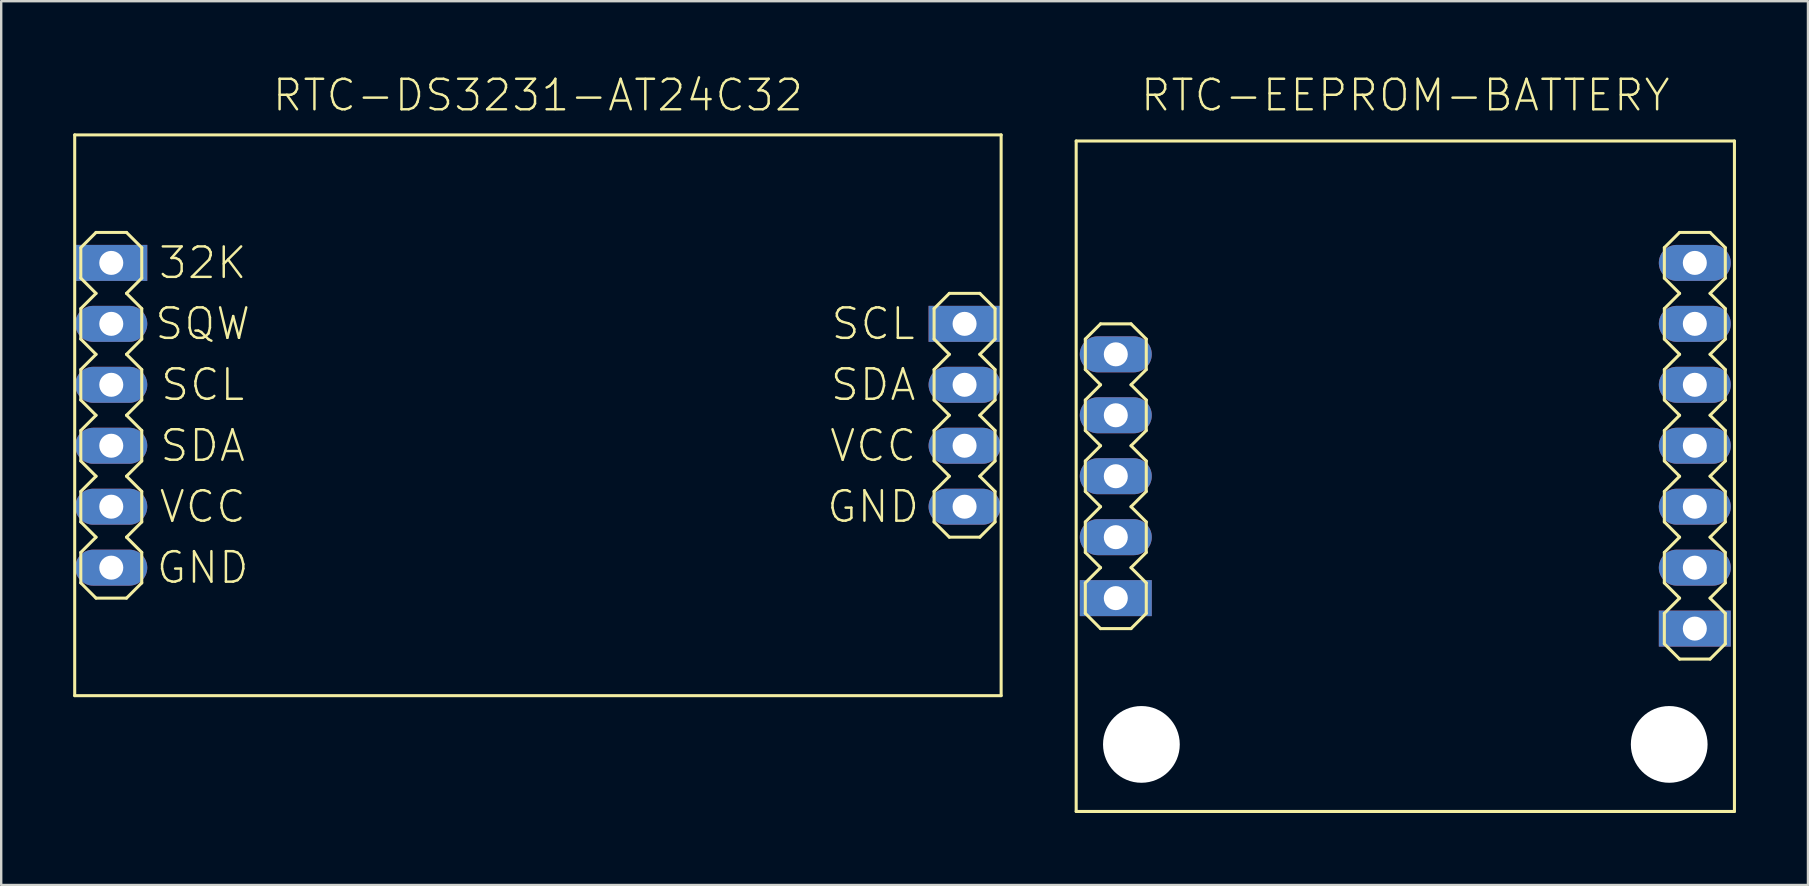
<source format=kicad_pcb>
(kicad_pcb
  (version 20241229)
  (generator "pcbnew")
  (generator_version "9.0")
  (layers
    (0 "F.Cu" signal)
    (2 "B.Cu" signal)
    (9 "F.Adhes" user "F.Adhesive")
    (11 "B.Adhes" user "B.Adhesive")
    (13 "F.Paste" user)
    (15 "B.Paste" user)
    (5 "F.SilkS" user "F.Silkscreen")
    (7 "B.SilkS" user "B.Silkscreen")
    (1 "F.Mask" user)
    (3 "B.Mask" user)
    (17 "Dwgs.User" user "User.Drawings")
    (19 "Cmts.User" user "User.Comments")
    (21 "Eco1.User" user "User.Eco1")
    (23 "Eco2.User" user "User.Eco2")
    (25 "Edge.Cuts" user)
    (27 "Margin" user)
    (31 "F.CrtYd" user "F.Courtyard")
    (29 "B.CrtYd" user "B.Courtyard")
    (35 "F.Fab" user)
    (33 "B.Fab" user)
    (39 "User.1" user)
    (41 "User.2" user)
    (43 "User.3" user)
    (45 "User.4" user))
  (footprint "RTC-DS3231-AT24C32"
    (layer "F.Cu")
    (at 19.367 14.256)
    (property "Reference" "RTC-DS3231-AT24C32" (at 0 -13.335 0) (layer "F.SilkS") (effects (font (size 1.27 1.27) (thickness 0.102))))
    (attr exclude_from_pos_files exclude_from_bom)
    (fp_line (start -19.304 -11.684) (end -19.304 11.684) (stroke (width 0.127) (type solid)) (layer "F.SilkS"))
    (fp_line (start -19.304 -11.684) (end 19.304 -11.684) (stroke (width 0.127) (type solid)) (layer "F.SilkS"))
    (fp_line (start -19.05 -6.985) (end -18.415 -7.62) (stroke (width 0.127) (type solid)) (layer "F.SilkS"))
    (fp_line (start -19.05 -5.715) (end -19.05 -6.985) (stroke (width 0.127) (type solid)) (layer "F.SilkS"))
    (fp_line (start -19.05 -4.445) (end -18.415 -5.08) (stroke (width 0.127) (type solid)) (layer "F.SilkS"))
    (fp_line (start -19.05 -3.175) (end -19.05 -4.445) (stroke (width 0.127) (type solid)) (layer "F.SilkS"))
    (fp_line (start -19.05 -1.905) (end -18.415 -2.54) (stroke (width 0.127) (type solid)) (layer "F.SilkS"))
    (fp_line (start -19.05 -0.635) (end -19.05 -1.905) (stroke (width 0.127) (type solid)) (layer "F.SilkS"))
    (fp_line (start -19.05 0.635) (end -18.415 0) (stroke (width 0.127) (type solid)) (layer "F.SilkS"))
    (fp_line (start -19.05 1.905) (end -19.05 0.635) (stroke (width 0.127) (type solid)) (layer "F.SilkS"))
    (fp_line (start -19.05 3.175) (end -18.415 2.54) (stroke (width 0.127) (type solid)) (layer "F.SilkS"))
    (fp_line (start -19.05 4.445) (end -19.05 3.175) (stroke (width 0.127) (type solid)) (layer "F.SilkS"))
    (fp_line (start -19.05 5.715) (end -18.415 5.08) (stroke (width 0.127) (type solid)) (layer "F.SilkS"))
    (fp_line (start -19.05 6.985) (end -19.05 5.715) (stroke (width 0.127) (type solid)) (layer "F.SilkS"))
    (fp_line (start -18.415 -7.62) (end -17.145 -7.62) (stroke (width 0.127) (type solid)) (layer "F.SilkS"))
    (fp_line (start -18.415 -5.08) (end -19.05 -5.715) (stroke (width 0.127) (type solid)) (layer "F.SilkS"))
    (fp_line (start -18.415 -2.54) (end -19.05 -3.175) (stroke (width 0.127) (type solid)) (layer "F.SilkS"))
    (fp_line (start -18.415 0) (end -19.05 -0.635) (stroke (width 0.127) (type solid)) (layer "F.SilkS"))
    (fp_line (start -18.415 2.54) (end -19.05 1.905) (stroke (width 0.127) (type solid)) (layer "F.SilkS"))
    (fp_line (start -18.415 5.08) (end -19.05 4.445) (stroke (width 0.127) (type solid)) (layer "F.SilkS"))
    (fp_line (start -18.415 7.62) (end -19.05 6.985) (stroke (width 0.127) (type solid)) (layer "F.SilkS"))
    (fp_line (start -17.145 -7.62) (end -16.51 -6.985) (stroke (width 0.127) (type solid)) (layer "F.SilkS"))
    (fp_line (start -17.145 -5.08) (end -16.51 -4.445) (stroke (width 0.127) (type solid)) (layer "F.SilkS"))
    (fp_line (start -17.145 -2.54) (end -16.51 -1.905) (stroke (width 0.127) (type solid)) (layer "F.SilkS"))
    (fp_line (start -17.145 0) (end -16.51 0.635) (stroke (width 0.127) (type solid)) (layer "F.SilkS"))
    (fp_line (start -17.145 2.54) (end -16.51 3.175) (stroke (width 0.127) (type solid)) (layer "F.SilkS"))
    (fp_line (start -17.145 5.08) (end -16.51 5.715) (stroke (width 0.127) (type solid)) (layer "F.SilkS"))
    (fp_line (start -17.145 7.62) (end -18.415 7.62) (stroke (width 0.127) (type solid)) (layer "F.SilkS"))
    (fp_line (start -16.51 -6.985) (end -16.51 -5.715) (stroke (width 0.127) (type solid)) (layer "F.SilkS"))
    (fp_line (start -16.51 -5.715) (end -17.145 -5.08) (stroke (width 0.127) (type solid)) (layer "F.SilkS"))
    (fp_line (start -16.51 -4.445) (end -16.51 -3.175) (stroke (width 0.127) (type solid)) (layer "F.SilkS"))
    (fp_line (start -16.51 -3.175) (end -17.145 -2.54) (stroke (width 0.127) (type solid)) (layer "F.SilkS"))
    (fp_line (start -16.51 -1.905) (end -16.51 -0.635) (stroke (width 0.127) (type solid)) (layer "F.SilkS"))
    (fp_line (start -16.51 -0.635) (end -17.145 0) (stroke (width 0.127) (type solid)) (layer "F.SilkS"))
    (fp_line (start -16.51 0.635) (end -16.51 1.905) (stroke (width 0.127) (type solid)) (layer "F.SilkS"))
    (fp_line (start -16.51 1.905) (end -17.145 2.54) (stroke (width 0.127) (type solid)) (layer "F.SilkS"))
    (fp_line (start -16.51 3.175) (end -16.51 4.445) (stroke (width 0.127) (type solid)) (layer "F.SilkS"))
    (fp_line (start -16.51 4.445) (end -17.145 5.08) (stroke (width 0.127) (type solid)) (layer "F.SilkS"))
    (fp_line (start -16.51 5.715) (end -16.51 6.985) (stroke (width 0.127) (type solid)) (layer "F.SilkS"))
    (fp_line (start -16.51 6.985) (end -17.145 7.62) (stroke (width 0.127) (type solid)) (layer "F.SilkS"))
    (fp_line (start 16.51 -4.445) (end 17.145 -5.08) (stroke (width 0.127) (type solid)) (layer "F.SilkS"))
    (fp_line (start 16.51 -3.175) (end 16.51 -4.445) (stroke (width 0.127) (type solid)) (layer "F.SilkS"))
    (fp_line (start 16.51 -1.905) (end 17.145 -2.54) (stroke (width 0.127) (type solid)) (layer "F.SilkS"))
    (fp_line (start 16.51 -0.635) (end 16.51 -1.905) (stroke (width 0.127) (type solid)) (layer "F.SilkS"))
    (fp_line (start 16.51 0.635) (end 17.145 0) (stroke (width 0.127) (type solid)) (layer "F.SilkS"))
    (fp_line (start 16.51 1.905) (end 16.51 0.635) (stroke (width 0.127) (type solid)) (layer "F.SilkS"))
    (fp_line (start 16.51 3.175) (end 17.145 2.54) (stroke (width 0.127) (type solid)) (layer "F.SilkS"))
    (fp_line (start 16.51 4.445) (end 16.51 3.175) (stroke (width 0.127) (type solid)) (layer "F.SilkS"))
    (fp_line (start 17.145 -5.08) (end 18.415 -5.08) (stroke (width 0.127) (type solid)) (layer "F.SilkS"))
    (fp_line (start 17.145 -2.54) (end 16.51 -3.175) (stroke (width 0.127) (type solid)) (layer "F.SilkS"))
    (fp_line (start 17.145 0) (end 16.51 -0.635) (stroke (width 0.127) (type solid)) (layer "F.SilkS"))
    (fp_line (start 17.145 2.54) (end 16.51 1.905) (stroke (width 0.127) (type solid)) (layer "F.SilkS"))
    (fp_line (start 17.145 5.08) (end 16.51 4.445) (stroke (width 0.127) (type solid)) (layer "F.SilkS"))
    (fp_line (start 18.415 -5.08) (end 19.05 -4.445) (stroke (width 0.127) (type solid)) (layer "F.SilkS"))
    (fp_line (start 18.415 -2.54) (end 19.05 -1.905) (stroke (width 0.127) (type solid)) (layer "F.SilkS"))
    (fp_line (start 18.415 0) (end 19.05 0.635) (stroke (width 0.127) (type solid)) (layer "F.SilkS"))
    (fp_line (start 18.415 2.54) (end 19.05 3.175) (stroke (width 0.127) (type solid)) (layer "F.SilkS"))
    (fp_line (start 18.415 5.08) (end 17.145 5.08) (stroke (width 0.127) (type solid)) (layer "F.SilkS"))
    (fp_line (start 19.05 -4.445) (end 19.05 -3.175) (stroke (width 0.127) (type solid)) (layer "F.SilkS"))
    (fp_line (start 19.05 -3.175) (end 18.415 -2.54) (stroke (width 0.127) (type solid)) (layer "F.SilkS"))
    (fp_line (start 19.05 -1.905) (end 19.05 -0.635) (stroke (width 0.127) (type solid)) (layer "F.SilkS"))
    (fp_line (start 19.05 -0.635) (end 18.415 0) (stroke (width 0.127) (type solid)) (layer "F.SilkS"))
    (fp_line (start 19.05 0.635) (end 19.05 1.905) (stroke (width 0.127) (type solid)) (layer "F.SilkS"))
    (fp_line (start 19.05 1.905) (end 18.415 2.54) (stroke (width 0.127) (type solid)) (layer "F.SilkS"))
    (fp_line (start 19.05 3.175) (end 19.05 4.445) (stroke (width 0.127) (type solid)) (layer "F.SilkS"))
    (fp_line (start 19.05 4.445) (end 18.415 5.08) (stroke (width 0.127) (type solid)) (layer "F.SilkS"))
    (fp_line (start 19.304 -11.684) (end 19.304 11.684) (stroke (width 0.127) (type solid)) (layer "F.SilkS"))
    (fp_line (start 19.304 11.684) (end -19.304 11.684) (stroke (width 0.127) (type solid)) (layer "F.SilkS"))
    (fp_text user "32K" (at -13.97 -6.35 0) (layer "F.SilkS") (effects (font (size 1.27 1.27) (thickness 0.102))))
    (fp_text user "SCL" (at 13.97 -3.81 0) (layer "F.SilkS") (effects (font (size 1.27 1.27) (thickness 0.102))))
    (fp_text user "VCC" (at 13.97 1.27 0) (layer "F.SilkS") (effects (font (size 1.27 1.27) (thickness 0.102))))
    (fp_text user "GND" (at 13.97 3.81 0) (layer "F.SilkS") (effects (font (size 1.27 1.27) (thickness 0.102))))
    (fp_text user "SCL" (at -13.97 -1.27 0) (layer "F.SilkS") (effects (font (size 1.27 1.27) (thickness 0.102))))
    (fp_text user "SDA" (at -13.97 1.27 0) (layer "F.SilkS") (effects (font (size 1.27 1.27) (thickness 0.102))))
    (fp_text user "SDA" (at 13.97 -1.27 0) (layer "F.SilkS") (effects (font (size 1.27 1.27) (thickness 0.102))))
    (fp_text user "GND" (at -13.97 6.35 0) (layer "F.SilkS") (effects (font (size 1.27 1.27) (thickness 0.102))))
    (fp_text user "SQW" (at -13.97 -3.81 0) (layer "F.SilkS") (effects (font (size 1.27 1.27) (thickness 0.102))))
    (fp_text user "VCC" (at -13.97 3.81 0) (layer "F.SilkS") (effects (font (size 1.27 1.27) (thickness 0.102))))
    (pad "J1.1" thru_hole rect (at -17.78 -6.35) (size 3 1.5) (drill 1) (layers "*.Cu" "*.Paste" "*.Mask"))
    (pad "J1.2" thru_hole oval (at -17.78 -3.81) (size 3 1.5) (drill 1) (layers "*.Cu" "*.Paste" "*.Mask"))
    (pad "J1.3" thru_hole oval (at -17.78 -1.27) (size 3 1.5) (drill 1) (layers "*.Cu" "*.Paste" "*.Mask"))
    (pad "J1.4" thru_hole oval (at -17.78 1.27) (size 3 1.5) (drill 1) (layers "*.Cu" "*.Paste" "*.Mask"))
    (pad "J1.5" thru_hole oval (at -17.78 3.81) (size 3 1.5) (drill 1) (layers "*.Cu" "*.Paste" "*.Mask"))
    (pad "J1.6" thru_hole oval (at -17.78 6.35) (size 3 1.5) (drill 1) (layers "*.Cu" "*.Paste" "*.Mask"))
    (pad "J2.1" thru_hole rect (at 17.78 -3.81) (size 3 1.5) (drill 1) (layers "*.Cu" "*.Paste" "*.Mask"))
    (pad "J2.2" thru_hole oval (at 17.78 -1.27) (size 3 1.5) (drill 1) (layers "*.Cu" "*.Paste" "*.Mask"))
    (pad "J2.3" thru_hole oval (at 17.78 1.27) (size 3 1.5) (drill 1) (layers "*.Cu" "*.Paste" "*.Mask"))
    (pad "J2.4" thru_hole oval (at 17.78 3.81) (size 3 1.5) (drill 1) (layers "*.Cu" "*.Paste" "*.Mask")))
  (footprint "RTC-EEPROM-BATTERY"
    (layer "F.Cu")
    (at 55.514 16.796)
    (property "Reference" "RTC-EEPROM-BATTERY" (at 0 -15.875 0) (layer "F.SilkS") (effects (font (size 1.27 1.27) (thickness 0.102))))
    (attr exclude_from_pos_files exclude_from_bom)
    (fp_line (start -13.716 -13.97) (end 13.716 -13.97) (stroke (width 0.127) (type solid)) (layer "F.SilkS"))
    (fp_line (start -13.716 13.97) (end -13.716 -13.97) (stroke (width 0.127) (type solid)) (layer "F.SilkS"))
    (fp_line (start -13.335 -5.715) (end -12.7 -6.35) (stroke (width 0.127) (type solid)) (layer "F.SilkS"))
    (fp_line (start -13.335 -4.445) (end -13.335 -5.715) (stroke (width 0.127) (type solid)) (layer "F.SilkS"))
    (fp_line (start -13.335 -3.175) (end -12.7 -3.81) (stroke (width 0.127) (type solid)) (layer "F.SilkS"))
    (fp_line (start -13.335 -1.905) (end -13.335 -3.175) (stroke (width 0.127) (type solid)) (layer "F.SilkS"))
    (fp_line (start -13.335 -0.635) (end -12.7 -1.27) (stroke (width 0.127) (type solid)) (layer "F.SilkS"))
    (fp_line (start -13.335 0.635) (end -13.335 -0.635) (stroke (width 0.127) (type solid)) (layer "F.SilkS"))
    (fp_line (start -13.335 1.905) (end -12.7 1.27) (stroke (width 0.127) (type solid)) (layer "F.SilkS"))
    (fp_line (start -13.335 3.175) (end -13.335 1.905) (stroke (width 0.127) (type solid)) (layer "F.SilkS"))
    (fp_line (start -13.335 4.445) (end -12.7 3.81) (stroke (width 0.127) (type solid)) (layer "F.SilkS"))
    (fp_line (start -13.335 5.715) (end -13.335 4.445) (stroke (width 0.127) (type solid)) (layer "F.SilkS"))
    (fp_line (start -12.7 -6.35) (end -11.43 -6.35) (stroke (width 0.127) (type solid)) (layer "F.SilkS"))
    (fp_line (start -12.7 -3.81) (end -13.335 -4.445) (stroke (width 0.127) (type solid)) (layer "F.SilkS"))
    (fp_line (start -12.7 -1.27) (end -13.335 -1.905) (stroke (width 0.127) (type solid)) (layer "F.SilkS"))
    (fp_line (start -12.7 1.27) (end -13.335 0.635) (stroke (width 0.127) (type solid)) (layer "F.SilkS"))
    (fp_line (start -12.7 3.81) (end -13.335 3.175) (stroke (width 0.127) (type solid)) (layer "F.SilkS"))
    (fp_line (start -12.7 6.35) (end -13.335 5.715) (stroke (width 0.127) (type solid)) (layer "F.SilkS"))
    (fp_line (start -11.43 -6.35) (end -10.795 -5.715) (stroke (width 0.127) (type solid)) (layer "F.SilkS"))
    (fp_line (start -11.43 -3.81) (end -10.795 -3.175) (stroke (width 0.127) (type solid)) (layer "F.SilkS"))
    (fp_line (start -11.43 -1.27) (end -10.795 -0.635) (stroke (width 0.127) (type solid)) (layer "F.SilkS"))
    (fp_line (start -11.43 1.27) (end -10.795 1.905) (stroke (width 0.127) (type solid)) (layer "F.SilkS"))
    (fp_line (start -11.43 3.81) (end -10.795 4.445) (stroke (width 0.127) (type solid)) (layer "F.SilkS"))
    (fp_line (start -11.43 6.35) (end -12.7 6.35) (stroke (width 0.127) (type solid)) (layer "F.SilkS"))
    (fp_line (start -10.795 -5.715) (end -10.795 -4.445) (stroke (width 0.127) (type solid)) (layer "F.SilkS"))
    (fp_line (start -10.795 -4.445) (end -11.43 -3.81) (stroke (width 0.127) (type solid)) (layer "F.SilkS"))
    (fp_line (start -10.795 -3.175) (end -10.795 -1.905) (stroke (width 0.127) (type solid)) (layer "F.SilkS"))
    (fp_line (start -10.795 -1.905) (end -11.43 -1.27) (stroke (width 0.127) (type solid)) (layer "F.SilkS"))
    (fp_line (start -10.795 -0.635) (end -10.795 0.635) (stroke (width 0.127) (type solid)) (layer "F.SilkS"))
    (fp_line (start -10.795 0.635) (end -11.43 1.27) (stroke (width 0.127) (type solid)) (layer "F.SilkS"))
    (fp_line (start -10.795 1.905) (end -10.795 3.175) (stroke (width 0.127) (type solid)) (layer "F.SilkS"))
    (fp_line (start -10.795 3.175) (end -11.43 3.81) (stroke (width 0.127) (type solid)) (layer "F.SilkS"))
    (fp_line (start -10.795 4.445) (end -10.795 5.715) (stroke (width 0.127) (type solid)) (layer "F.SilkS"))
    (fp_line (start -10.795 5.715) (end -11.43 6.35) (stroke (width 0.127) (type solid)) (layer "F.SilkS"))
    (fp_line (start 10.795 -9.525) (end 11.43 -10.16) (stroke (width 0.127) (type solid)) (layer "F.SilkS"))
    (fp_line (start 10.795 -8.255) (end 10.795 -9.525) (stroke (width 0.127) (type solid)) (layer "F.SilkS"))
    (fp_line (start 10.795 -6.985) (end 11.43 -7.62) (stroke (width 0.127) (type solid)) (layer "F.SilkS"))
    (fp_line (start 10.795 -5.715) (end 10.795 -6.985) (stroke (width 0.127) (type solid)) (layer "F.SilkS"))
    (fp_line (start 10.795 -4.445) (end 11.43 -5.08) (stroke (width 0.127) (type solid)) (layer "F.SilkS"))
    (fp_line (start 10.795 -3.175) (end 10.795 -4.445) (stroke (width 0.127) (type solid)) (layer "F.SilkS"))
    (fp_line (start 10.795 -1.905) (end 11.43 -2.54) (stroke (width 0.127) (type solid)) (layer "F.SilkS"))
    (fp_line (start 10.795 -0.635) (end 10.795 -1.905) (stroke (width 0.127) (type solid)) (layer "F.SilkS"))
    (fp_line (start 10.795 0.635) (end 11.43 0) (stroke (width 0.127) (type solid)) (layer "F.SilkS"))
    (fp_line (start 10.795 1.905) (end 10.795 0.635) (stroke (width 0.127) (type solid)) (layer "F.SilkS"))
    (fp_line (start 10.795 3.175) (end 11.43 2.54) (stroke (width 0.127) (type solid)) (layer "F.SilkS"))
    (fp_line (start 10.795 4.445) (end 10.795 3.175) (stroke (width 0.127) (type solid)) (layer "F.SilkS"))
    (fp_line (start 10.795 5.715) (end 11.43 5.08) (stroke (width 0.127) (type solid)) (layer "F.SilkS"))
    (fp_line (start 10.795 6.985) (end 10.795 5.715) (stroke (width 0.127) (type solid)) (layer "F.SilkS"))
    (fp_line (start 11.43 -10.16) (end 12.7 -10.16) (stroke (width 0.127) (type solid)) (layer "F.SilkS"))
    (fp_line (start 11.43 -7.62) (end 10.795 -8.255) (stroke (width 0.127) (type solid)) (layer "F.SilkS"))
    (fp_line (start 11.43 -5.08) (end 10.795 -5.715) (stroke (width 0.127) (type solid)) (layer "F.SilkS"))
    (fp_line (start 11.43 -2.54) (end 10.795 -3.175) (stroke (width 0.127) (type solid)) (layer "F.SilkS"))
    (fp_line (start 11.43 0) (end 10.795 -0.635) (stroke (width 0.127) (type solid)) (layer "F.SilkS"))
    (fp_line (start 11.43 2.54) (end 10.795 1.905) (stroke (width 0.127) (type solid)) (layer "F.SilkS"))
    (fp_line (start 11.43 5.08) (end 10.795 4.445) (stroke (width 0.127) (type solid)) (layer "F.SilkS"))
    (fp_line (start 11.43 7.62) (end 10.795 6.985) (stroke (width 0.127) (type solid)) (layer "F.SilkS"))
    (fp_line (start 12.7 -10.16) (end 13.335 -9.525) (stroke (width 0.127) (type solid)) (layer "F.SilkS"))
    (fp_line (start 12.7 -7.62) (end 13.335 -6.985) (stroke (width 0.127) (type solid)) (layer "F.SilkS"))
    (fp_line (start 12.7 -5.08) (end 13.335 -4.445) (stroke (width 0.127) (type solid)) (layer "F.SilkS"))
    (fp_line (start 12.7 -2.54) (end 13.335 -1.905) (stroke (width 0.127) (type solid)) (layer "F.SilkS"))
    (fp_line (start 12.7 0) (end 13.335 0.635) (stroke (width 0.127) (type solid)) (layer "F.SilkS"))
    (fp_line (start 12.7 2.54) (end 13.335 3.175) (stroke (width 0.127) (type solid)) (layer "F.SilkS"))
    (fp_line (start 12.7 5.08) (end 13.335 5.715) (stroke (width 0.127) (type solid)) (layer "F.SilkS"))
    (fp_line (start 12.7 7.62) (end 11.43 7.62) (stroke (width 0.127) (type solid)) (layer "F.SilkS"))
    (fp_line (start 13.335 -9.525) (end 13.335 -8.255) (stroke (width 0.127) (type solid)) (layer "F.SilkS"))
    (fp_line (start 13.335 -8.255) (end 12.7 -7.62) (stroke (width 0.127) (type solid)) (layer "F.SilkS"))
    (fp_line (start 13.335 -6.985) (end 13.335 -5.715) (stroke (width 0.127) (type solid)) (layer "F.SilkS"))
    (fp_line (start 13.335 -5.715) (end 12.7 -5.08) (stroke (width 0.127) (type solid)) (layer "F.SilkS"))
    (fp_line (start 13.335 -4.445) (end 13.335 -3.175) (stroke (width 0.127) (type solid)) (layer "F.SilkS"))
    (fp_line (start 13.335 -3.175) (end 12.7 -2.54) (stroke (width 0.127) (type solid)) (layer "F.SilkS"))
    (fp_line (start 13.335 -1.905) (end 13.335 -0.635) (stroke (width 0.127) (type solid)) (layer "F.SilkS"))
    (fp_line (start 13.335 -0.635) (end 12.7 0) (stroke (width 0.127) (type solid)) (layer "F.SilkS"))
    (fp_line (start 13.335 0.635) (end 13.335 1.905) (stroke (width 0.127) (type solid)) (layer "F.SilkS"))
    (fp_line (start 13.335 1.905) (end 12.7 2.54) (stroke (width 0.127) (type solid)) (layer "F.SilkS"))
    (fp_line (start 13.335 3.175) (end 13.335 4.445) (stroke (width 0.127) (type solid)) (layer "F.SilkS"))
    (fp_line (start 13.335 4.445) (end 12.7 5.08) (stroke (width 0.127) (type solid)) (layer "F.SilkS"))
    (fp_line (start 13.335 5.715) (end 13.335 6.985) (stroke (width 0.127) (type solid)) (layer "F.SilkS"))
    (fp_line (start 13.335 6.985) (end 12.7 7.62) (stroke (width 0.127) (type solid)) (layer "F.SilkS"))
    (fp_line (start 13.716 -13.97) (end 13.716 13.97) (stroke (width 0.127) (type solid)) (layer "F.SilkS"))
    (fp_line (start 13.716 13.97) (end -13.716 13.97) (stroke (width 0.127) (type solid)) (layer "F.SilkS"))
    (pad "" np_thru_hole circle (at -10.998 11.176) (size 3.198 3.198) (drill 3.198) (layers "*.Cu" "*.Mask"))
    (pad "" np_thru_hole circle (at 10.998 11.176) (size 3.198 3.198) (drill 3.198) (layers "*.Cu" "*.Mask"))
    (pad "J1.1" thru_hole rect (at -12.065 5.08) (size 3 1.5) (drill 1) (layers "*.Cu" "*.Paste" "*.Mask"))
    (pad "J1.2" thru_hole oval (at -12.065 2.54) (size 3 1.5) (drill 1) (layers "*.Cu" "*.Paste" "*.Mask"))
    (pad "J1.3" thru_hole oval (at -12.065 0) (size 3 1.5) (drill 1) (layers "*.Cu" "*.Paste" "*.Mask"))
    (pad "J1.4" thru_hole oval (at -12.065 -2.54) (size 3 1.5) (drill 1) (layers "*.Cu" "*.Paste" "*.Mask"))
    (pad "J1.5" thru_hole oval (at -12.065 -5.08) (size 3 1.5) (drill 1) (layers "*.Cu" "*.Paste" "*.Mask"))
    (pad "J2.1" thru_hole rect (at 12.065 6.35) (size 3 1.5) (drill 1) (layers "*.Cu" "*.Paste" "*.Mask"))
    (pad "J2.2" thru_hole oval (at 12.065 3.81) (size 3 1.5) (drill 1) (layers "*.Cu" "*.Paste" "*.Mask"))
    (pad "J2.3" thru_hole oval (at 12.065 1.27) (size 3 1.5) (drill 1) (layers "*.Cu" "*.Paste" "*.Mask"))
    (pad "J2.4" thru_hole oval (at 12.065 -1.27) (size 3 1.5) (drill 1) (layers "*.Cu" "*.Paste" "*.Mask"))
    (pad "J2.5" thru_hole oval (at 12.065 -3.81) (size 3 1.5) (drill 1) (layers "*.Cu" "*.Paste" "*.Mask"))
    (pad "J2.6" thru_hole oval (at 12.065 -6.35) (size 3 1.5) (drill 1) (layers "*.Cu" "*.Paste" "*.Mask"))
    (pad "J2.7" thru_hole oval (at 12.065 -8.89) (size 3 1.5) (drill 1) (layers "*.Cu" "*.Paste" "*.Mask")))
  (gr_rect
    (start -3 -3)
    (end 72.294 33.83)
    (stroke (width 0.1) (type default))
    (fill no)
    (layer "Edge.Cuts")))
</source>
